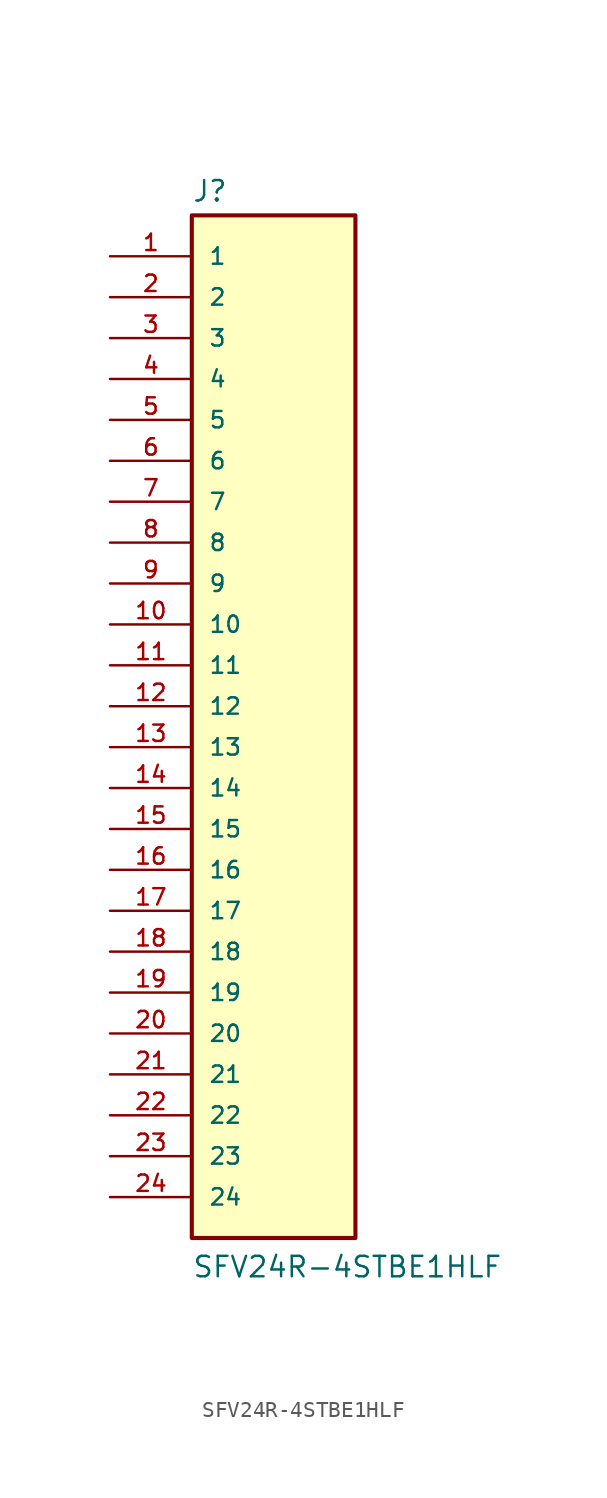
<source format=kicad_sym>
(kicad_symbol_lib
  (version 20211014)
  (generator kicad_symbol_editor)
  (symbol "SFV24R-4STBE1HLF"
    (pin_names
      (offset 1.016))
    (property "Reference" "J"
      (at -5.08 33.782 0)
      (effects (font (size 1.27 1.27)) (justify bottom left)))
    (property "Value" "SFV24R-4STBE1HLF"
      (at -5.08 -33.02 0)
      (effects (font (size 1.27 1.27)) (justify bottom left)))
    (symbol "SFV24R-4STBE1HLF_0_0"
      (rectangle (start -5.08 -30.48) (end 5.08 33.02) (stroke (width 0.254)) (fill (type background)))
      (pin passive line (at -10.16 30.48 0) (length 5.08) (name "1" (effects (font (size 1.016 1.016)))) (number "1" (effects (font (size 1.016 1.016)))))
      (pin passive line (at -10.16 27.94 0) (length 5.08) (name "2" (effects (font (size 1.016 1.016)))) (number "2" (effects (font (size 1.016 1.016)))))
      (pin passive line (at -10.16 25.4 0) (length 5.08) (name "3" (effects (font (size 1.016 1.016)))) (number "3" (effects (font (size 1.016 1.016)))))
      (pin passive line (at -10.16 22.86 0) (length 5.08) (name "4" (effects (font (size 1.016 1.016)))) (number "4" (effects (font (size 1.016 1.016)))))
      (pin passive line (at -10.16 20.32 0) (length 5.08) (name "5" (effects (font (size 1.016 1.016)))) (number "5" (effects (font (size 1.016 1.016)))))
      (pin passive line (at -10.16 17.78 0) (length 5.08) (name "6" (effects (font (size 1.016 1.016)))) (number "6" (effects (font (size 1.016 1.016)))))
      (pin passive line (at -10.16 15.24 0) (length 5.08) (name "7" (effects (font (size 1.016 1.016)))) (number "7" (effects (font (size 1.016 1.016)))))
      (pin passive line (at -10.16 12.7 0) (length 5.08) (name "8" (effects (font (size 1.016 1.016)))) (number "8" (effects (font (size 1.016 1.016)))))
      (pin passive line (at -10.16 10.16 0) (length 5.08) (name "9" (effects (font (size 1.016 1.016)))) (number "9" (effects (font (size 1.016 1.016)))))
      (pin passive line (at -10.16 7.62 0) (length 5.08) (name "10" (effects (font (size 1.016 1.016)))) (number "10" (effects (font (size 1.016 1.016)))))
      (pin passive line (at -10.16 5.08 0) (length 5.08) (name "11" (effects (font (size 1.016 1.016)))) (number "11" (effects (font (size 1.016 1.016)))))
      (pin passive line (at -10.16 2.54 0) (length 5.08) (name "12" (effects (font (size 1.016 1.016)))) (number "12" (effects (font (size 1.016 1.016)))))
      (pin passive line (at -10.16 0.0 0) (length 5.08) (name "13" (effects (font (size 1.016 1.016)))) (number "13" (effects (font (size 1.016 1.016)))))
      (pin passive line (at -10.16 -2.54 0) (length 5.08) (name "14" (effects (font (size 1.016 1.016)))) (number "14" (effects (font (size 1.016 1.016)))))
      (pin passive line (at -10.16 -5.08 0) (length 5.08) (name "15" (effects (font (size 1.016 1.016)))) (number "15" (effects (font (size 1.016 1.016)))))
      (pin passive line (at -10.16 -7.62 0) (length 5.08) (name "16" (effects (font (size 1.016 1.016)))) (number "16" (effects (font (size 1.016 1.016)))))
      (pin passive line (at -10.16 -10.16 0) (length 5.08) (name "17" (effects (font (size 1.016 1.016)))) (number "17" (effects (font (size 1.016 1.016)))))
      (pin passive line (at -10.16 -12.7 0) (length 5.08) (name "18" (effects (font (size 1.016 1.016)))) (number "18" (effects (font (size 1.016 1.016)))))
      (pin passive line (at -10.16 -15.24 0) (length 5.08) (name "19" (effects (font (size 1.016 1.016)))) (number "19" (effects (font (size 1.016 1.016)))))
      (pin passive line (at -10.16 -17.78 0) (length 5.08) (name "20" (effects (font (size 1.016 1.016)))) (number "20" (effects (font (size 1.016 1.016)))))
      (pin passive line (at -10.16 -20.32 0) (length 5.08) (name "21" (effects (font (size 1.016 1.016)))) (number "21" (effects (font (size 1.016 1.016)))))
      (pin passive line (at -10.16 -22.86 0) (length 5.08) (name "22" (effects (font (size 1.016 1.016)))) (number "22" (effects (font (size 1.016 1.016)))))
      (pin passive line (at -10.16 -25.4 0) (length 5.08) (name "23" (effects (font (size 1.016 1.016)))) (number "23" (effects (font (size 1.016 1.016)))))
      (pin passive line (at -10.16 -27.94 0) (length 5.08) (name "24" (effects (font (size 1.016 1.016)))) (number "24" (effects (font (size 1.016 1.016))))))))
</source>
